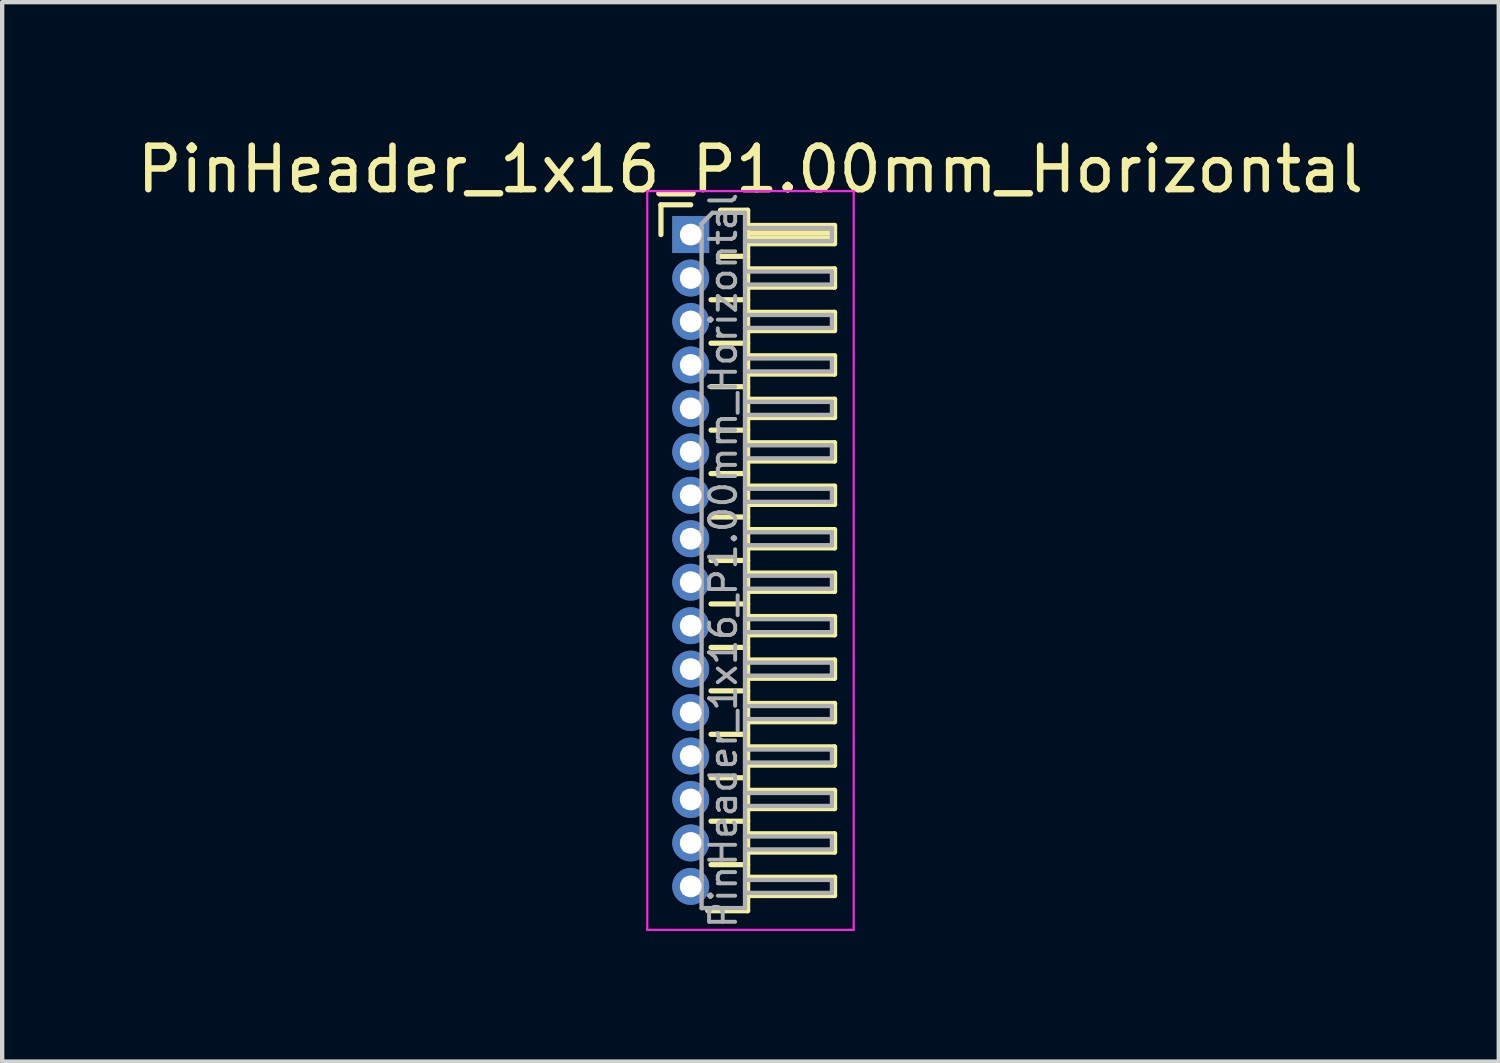
<source format=kicad_pcb>
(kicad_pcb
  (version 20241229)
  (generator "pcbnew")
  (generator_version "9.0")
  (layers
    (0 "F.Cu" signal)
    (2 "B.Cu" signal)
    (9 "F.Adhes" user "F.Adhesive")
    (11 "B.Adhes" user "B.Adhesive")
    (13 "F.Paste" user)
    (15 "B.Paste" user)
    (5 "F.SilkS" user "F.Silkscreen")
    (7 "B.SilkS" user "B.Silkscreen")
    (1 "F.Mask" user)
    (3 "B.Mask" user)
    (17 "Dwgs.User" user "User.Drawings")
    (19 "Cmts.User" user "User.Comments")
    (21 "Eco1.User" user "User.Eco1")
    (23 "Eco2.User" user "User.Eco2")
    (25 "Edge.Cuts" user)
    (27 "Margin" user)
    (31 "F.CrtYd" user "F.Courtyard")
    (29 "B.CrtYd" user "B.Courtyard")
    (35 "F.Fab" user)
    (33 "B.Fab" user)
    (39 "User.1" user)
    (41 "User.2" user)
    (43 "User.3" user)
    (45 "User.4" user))
  (footprint "PinHeader_1x16_P1.00mm_Horizontal"
    (layer "F.Cu")
    (at 12.845 2.348)
    (property "Reference" "PinHeader_1x16_P1.00mm_Horizontal" (at 1.375 -1.5 0) (layer "F.SilkS") (effects (font (size 1 1) (thickness 0.15))))
    (attr through_hole)
    (fp_line (start -0.685 -0.685) (end 0 -0.685) (stroke (width 0.12) (type solid)) (layer "F.SilkS"))
    (fp_line (start -0.685 0) (end -0.685 -0.685) (stroke (width 0.12) (type solid)) (layer "F.SilkS"))
    (fp_line (start 0.468 1.5) (end 1.31 1.5) (stroke (width 0.12) (type solid)) (layer "F.SilkS"))
    (fp_line (start 0.468 2.5) (end 1.31 2.5) (stroke (width 0.12) (type solid)) (layer "F.SilkS"))
    (fp_line (start 0.468 3.5) (end 1.31 3.5) (stroke (width 0.12) (type solid)) (layer "F.SilkS"))
    (fp_line (start 0.468 4.5) (end 1.31 4.5) (stroke (width 0.12) (type solid)) (layer "F.SilkS"))
    (fp_line (start 0.468 5.5) (end 1.31 5.5) (stroke (width 0.12) (type solid)) (layer "F.SilkS"))
    (fp_line (start 0.468 6.5) (end 1.31 6.5) (stroke (width 0.12) (type solid)) (layer "F.SilkS"))
    (fp_line (start 0.468 7.5) (end 1.31 7.5) (stroke (width 0.12) (type solid)) (layer "F.SilkS"))
    (fp_line (start 0.468 8.5) (end 1.31 8.5) (stroke (width 0.12) (type solid)) (layer "F.SilkS"))
    (fp_line (start 0.468 9.5) (end 1.31 9.5) (stroke (width 0.12) (type solid)) (layer "F.SilkS"))
    (fp_line (start 0.468 10.5) (end 1.31 10.5) (stroke (width 0.12) (type solid)) (layer "F.SilkS"))
    (fp_line (start 0.468 11.5) (end 1.31 11.5) (stroke (width 0.12) (type solid)) (layer "F.SilkS"))
    (fp_line (start 0.468 12.5) (end 1.31 12.5) (stroke (width 0.12) (type solid)) (layer "F.SilkS"))
    (fp_line (start 0.468 13.5) (end 1.31 13.5) (stroke (width 0.12) (type solid)) (layer "F.SilkS"))
    (fp_line (start 0.468 14.5) (end 1.31 14.5) (stroke (width 0.12) (type solid)) (layer "F.SilkS"))
    (fp_line (start 0.685 -0.56) (end 1.31 -0.56) (stroke (width 0.12) (type solid)) (layer "F.SilkS"))
    (fp_line (start 0.685 0.5) (end 1.31 0.5) (stroke (width 0.12) (type solid)) (layer "F.SilkS"))
    (fp_line (start 1.31 -0.56) (end 1.31 15.56) (stroke (width 0.12) (type solid)) (layer "F.SilkS"))
    (fp_line (start 1.31 -0.21) (end 3.31 -0.21) (stroke (width 0.12) (type solid)) (layer "F.SilkS"))
    (fp_line (start 1.31 -0.15) (end 3.31 -0.15) (stroke (width 0.12) (type solid)) (layer "F.SilkS"))
    (fp_line (start 1.31 -0.03) (end 3.31 -0.03) (stroke (width 0.12) (type solid)) (layer "F.SilkS"))
    (fp_line (start 1.31 0.09) (end 3.31 0.09) (stroke (width 0.12) (type solid)) (layer "F.SilkS"))
    (fp_line (start 1.31 0.79) (end 3.31 0.79) (stroke (width 0.12) (type solid)) (layer "F.SilkS"))
    (fp_line (start 1.31 1.79) (end 3.31 1.79) (stroke (width 0.12) (type solid)) (layer "F.SilkS"))
    (fp_line (start 1.31 2.79) (end 3.31 2.79) (stroke (width 0.12) (type solid)) (layer "F.SilkS"))
    (fp_line (start 1.31 3.79) (end 3.31 3.79) (stroke (width 0.12) (type solid)) (layer "F.SilkS"))
    (fp_line (start 1.31 4.79) (end 3.31 4.79) (stroke (width 0.12) (type solid)) (layer "F.SilkS"))
    (fp_line (start 1.31 5.79) (end 3.31 5.79) (stroke (width 0.12) (type solid)) (layer "F.SilkS"))
    (fp_line (start 1.31 6.79) (end 3.31 6.79) (stroke (width 0.12) (type solid)) (layer "F.SilkS"))
    (fp_line (start 1.31 7.79) (end 3.31 7.79) (stroke (width 0.12) (type solid)) (layer "F.SilkS"))
    (fp_line (start 1.31 8.79) (end 3.31 8.79) (stroke (width 0.12) (type solid)) (layer "F.SilkS"))
    (fp_line (start 1.31 9.79) (end 3.31 9.79) (stroke (width 0.12) (type solid)) (layer "F.SilkS"))
    (fp_line (start 1.31 10.79) (end 3.31 10.79) (stroke (width 0.12) (type solid)) (layer "F.SilkS"))
    (fp_line (start 1.31 11.79) (end 3.31 11.79) (stroke (width 0.12) (type solid)) (layer "F.SilkS"))
    (fp_line (start 1.31 12.79) (end 3.31 12.79) (stroke (width 0.12) (type solid)) (layer "F.SilkS"))
    (fp_line (start 1.31 13.79) (end 3.31 13.79) (stroke (width 0.12) (type solid)) (layer "F.SilkS"))
    (fp_line (start 1.31 14.79) (end 3.31 14.79) (stroke (width 0.12) (type solid)) (layer "F.SilkS"))
    (fp_line (start 1.31 15.56) (end 0.394 15.56) (stroke (width 0.12) (type solid)) (layer "F.SilkS"))
    (fp_line (start 3.31 -0.21) (end 3.31 0.21) (stroke (width 0.12) (type solid)) (layer "F.SilkS"))
    (fp_line (start 3.31 0.21) (end 1.31 0.21) (stroke (width 0.12) (type solid)) (layer "F.SilkS"))
    (fp_line (start 3.31 0.79) (end 3.31 1.21) (stroke (width 0.12) (type solid)) (layer "F.SilkS"))
    (fp_line (start 3.31 1.21) (end 1.31 1.21) (stroke (width 0.12) (type solid)) (layer "F.SilkS"))
    (fp_line (start 3.31 1.79) (end 3.31 2.21) (stroke (width 0.12) (type solid)) (layer "F.SilkS"))
    (fp_line (start 3.31 2.21) (end 1.31 2.21) (stroke (width 0.12) (type solid)) (layer "F.SilkS"))
    (fp_line (start 3.31 2.79) (end 3.31 3.21) (stroke (width 0.12) (type solid)) (layer "F.SilkS"))
    (fp_line (start 3.31 3.21) (end 1.31 3.21) (stroke (width 0.12) (type solid)) (layer "F.SilkS"))
    (fp_line (start 3.31 3.79) (end 3.31 4.21) (stroke (width 0.12) (type solid)) (layer "F.SilkS"))
    (fp_line (start 3.31 4.21) (end 1.31 4.21) (stroke (width 0.12) (type solid)) (layer "F.SilkS"))
    (fp_line (start 3.31 4.79) (end 3.31 5.21) (stroke (width 0.12) (type solid)) (layer "F.SilkS"))
    (fp_line (start 3.31 5.21) (end 1.31 5.21) (stroke (width 0.12) (type solid)) (layer "F.SilkS"))
    (fp_line (start 3.31 5.79) (end 3.31 6.21) (stroke (width 0.12) (type solid)) (layer "F.SilkS"))
    (fp_line (start 3.31 6.21) (end 1.31 6.21) (stroke (width 0.12) (type solid)) (layer "F.SilkS"))
    (fp_line (start 3.31 6.79) (end 3.31 7.21) (stroke (width 0.12) (type solid)) (layer "F.SilkS"))
    (fp_line (start 3.31 7.21) (end 1.31 7.21) (stroke (width 0.12) (type solid)) (layer "F.SilkS"))
    (fp_line (start 3.31 7.79) (end 3.31 8.21) (stroke (width 0.12) (type solid)) (layer "F.SilkS"))
    (fp_line (start 3.31 8.21) (end 1.31 8.21) (stroke (width 0.12) (type solid)) (layer "F.SilkS"))
    (fp_line (start 3.31 8.79) (end 3.31 9.21) (stroke (width 0.12) (type solid)) (layer "F.SilkS"))
    (fp_line (start 3.31 9.21) (end 1.31 9.21) (stroke (width 0.12) (type solid)) (layer "F.SilkS"))
    (fp_line (start 3.31 9.79) (end 3.31 10.21) (stroke (width 0.12) (type solid)) (layer "F.SilkS"))
    (fp_line (start 3.31 10.21) (end 1.31 10.21) (stroke (width 0.12) (type solid)) (layer "F.SilkS"))
    (fp_line (start 3.31 10.79) (end 3.31 11.21) (stroke (width 0.12) (type solid)) (layer "F.SilkS"))
    (fp_line (start 3.31 11.21) (end 1.31 11.21) (stroke (width 0.12) (type solid)) (layer "F.SilkS"))
    (fp_line (start 3.31 11.79) (end 3.31 12.21) (stroke (width 0.12) (type solid)) (layer "F.SilkS"))
    (fp_line (start 3.31 12.21) (end 1.31 12.21) (stroke (width 0.12) (type solid)) (layer "F.SilkS"))
    (fp_line (start 3.31 12.79) (end 3.31 13.21) (stroke (width 0.12) (type solid)) (layer "F.SilkS"))
    (fp_line (start 3.31 13.21) (end 1.31 13.21) (stroke (width 0.12) (type solid)) (layer "F.SilkS"))
    (fp_line (start 3.31 13.79) (end 3.31 14.21) (stroke (width 0.12) (type solid)) (layer "F.SilkS"))
    (fp_line (start 3.31 14.21) (end 1.31 14.21) (stroke (width 0.12) (type solid)) (layer "F.SilkS"))
    (fp_line (start 3.31 14.79) (end 3.31 15.21) (stroke (width 0.12) (type solid)) (layer "F.SilkS"))
    (fp_line (start 3.31 15.21) (end 1.31 15.21) (stroke (width 0.12) (type solid)) (layer "F.SilkS"))
    (fp_line (start -1 -1) (end -1 16) (stroke (width 0.05) (type solid)) (layer "F.CrtYd"))
    (fp_line (start -1 16) (end 3.75 16) (stroke (width 0.05) (type solid)) (layer "F.CrtYd"))
    (fp_line (start 3.75 -1) (end -1 -1) (stroke (width 0.05) (type solid)) (layer "F.CrtYd"))
    (fp_line (start 3.75 16) (end 3.75 -1) (stroke (width 0.05) (type solid)) (layer "F.CrtYd"))
    (fp_line (start -0.15 -0.15) (end -0.15 0.15) (stroke (width 0.1) (type solid)) (layer "F.Fab"))
    (fp_line (start -0.15 -0.15) (end 0.25 -0.15) (stroke (width 0.1) (type solid)) (layer "F.Fab"))
    (fp_line (start -0.15 0.15) (end 0.25 0.15) (stroke (width 0.1) (type solid)) (layer "F.Fab"))
    (fp_line (start -0.15 0.85) (end -0.15 1.15) (stroke (width 0.1) (type solid)) (layer "F.Fab"))
    (fp_line (start -0.15 0.85) (end 0.25 0.85) (stroke (width 0.1) (type solid)) (layer "F.Fab"))
    (fp_line (start -0.15 1.15) (end 0.25 1.15) (stroke (width 0.1) (type solid)) (layer "F.Fab"))
    (fp_line (start -0.15 1.85) (end -0.15 2.15) (stroke (width 0.1) (type solid)) (layer "F.Fab"))
    (fp_line (start -0.15 1.85) (end 0.25 1.85) (stroke (width 0.1) (type solid)) (layer "F.Fab"))
    (fp_line (start -0.15 2.15) (end 0.25 2.15) (stroke (width 0.1) (type solid)) (layer "F.Fab"))
    (fp_line (start -0.15 2.85) (end -0.15 3.15) (stroke (width 0.1) (type solid)) (layer "F.Fab"))
    (fp_line (start -0.15 2.85) (end 0.25 2.85) (stroke (width 0.1) (type solid)) (layer "F.Fab"))
    (fp_line (start -0.15 3.15) (end 0.25 3.15) (stroke (width 0.1) (type solid)) (layer "F.Fab"))
    (fp_line (start -0.15 3.85) (end -0.15 4.15) (stroke (width 0.1) (type solid)) (layer "F.Fab"))
    (fp_line (start -0.15 3.85) (end 0.25 3.85) (stroke (width 0.1) (type solid)) (layer "F.Fab"))
    (fp_line (start -0.15 4.15) (end 0.25 4.15) (stroke (width 0.1) (type solid)) (layer "F.Fab"))
    (fp_line (start -0.15 4.85) (end -0.15 5.15) (stroke (width 0.1) (type solid)) (layer "F.Fab"))
    (fp_line (start -0.15 4.85) (end 0.25 4.85) (stroke (width 0.1) (type solid)) (layer "F.Fab"))
    (fp_line (start -0.15 5.15) (end 0.25 5.15) (stroke (width 0.1) (type solid)) (layer "F.Fab"))
    (fp_line (start -0.15 5.85) (end -0.15 6.15) (stroke (width 0.1) (type solid)) (layer "F.Fab"))
    (fp_line (start -0.15 5.85) (end 0.25 5.85) (stroke (width 0.1) (type solid)) (layer "F.Fab"))
    (fp_line (start -0.15 6.15) (end 0.25 6.15) (stroke (width 0.1) (type solid)) (layer "F.Fab"))
    (fp_line (start -0.15 6.85) (end -0.15 7.15) (stroke (width 0.1) (type solid)) (layer "F.Fab"))
    (fp_line (start -0.15 6.85) (end 0.25 6.85) (stroke (width 0.1) (type solid)) (layer "F.Fab"))
    (fp_line (start -0.15 7.15) (end 0.25 7.15) (stroke (width 0.1) (type solid)) (layer "F.Fab"))
    (fp_line (start -0.15 7.85) (end -0.15 8.15) (stroke (width 0.1) (type solid)) (layer "F.Fab"))
    (fp_line (start -0.15 7.85) (end 0.25 7.85) (stroke (width 0.1) (type solid)) (layer "F.Fab"))
    (fp_line (start -0.15 8.15) (end 0.25 8.15) (stroke (width 0.1) (type solid)) (layer "F.Fab"))
    (fp_line (start -0.15 8.85) (end -0.15 9.15) (stroke (width 0.1) (type solid)) (layer "F.Fab"))
    (fp_line (start -0.15 8.85) (end 0.25 8.85) (stroke (width 0.1) (type solid)) (layer "F.Fab"))
    (fp_line (start -0.15 9.15) (end 0.25 9.15) (stroke (width 0.1) (type solid)) (layer "F.Fab"))
    (fp_line (start -0.15 9.85) (end -0.15 10.15) (stroke (width 0.1) (type solid)) (layer "F.Fab"))
    (fp_line (start -0.15 9.85) (end 0.25 9.85) (stroke (width 0.1) (type solid)) (layer "F.Fab"))
    (fp_line (start -0.15 10.15) (end 0.25 10.15) (stroke (width 0.1) (type solid)) (layer "F.Fab"))
    (fp_line (start -0.15 10.85) (end -0.15 11.15) (stroke (width 0.1) (type solid)) (layer "F.Fab"))
    (fp_line (start -0.15 10.85) (end 0.25 10.85) (stroke (width 0.1) (type solid)) (layer "F.Fab"))
    (fp_line (start -0.15 11.15) (end 0.25 11.15) (stroke (width 0.1) (type solid)) (layer "F.Fab"))
    (fp_line (start -0.15 11.85) (end -0.15 12.15) (stroke (width 0.1) (type solid)) (layer "F.Fab"))
    (fp_line (start -0.15 11.85) (end 0.25 11.85) (stroke (width 0.1) (type solid)) (layer "F.Fab"))
    (fp_line (start -0.15 12.15) (end 0.25 12.15) (stroke (width 0.1) (type solid)) (layer "F.Fab"))
    (fp_line (start -0.15 12.85) (end -0.15 13.15) (stroke (width 0.1) (type solid)) (layer "F.Fab"))
    (fp_line (start -0.15 12.85) (end 0.25 12.85) (stroke (width 0.1) (type solid)) (layer "F.Fab"))
    (fp_line (start -0.15 13.15) (end 0.25 13.15) (stroke (width 0.1) (type solid)) (layer "F.Fab"))
    (fp_line (start -0.15 13.85) (end -0.15 14.15) (stroke (width 0.1) (type solid)) (layer "F.Fab"))
    (fp_line (start -0.15 13.85) (end 0.25 13.85) (stroke (width 0.1) (type solid)) (layer "F.Fab"))
    (fp_line (start -0.15 14.15) (end 0.25 14.15) (stroke (width 0.1) (type solid)) (layer "F.Fab"))
    (fp_line (start -0.15 14.85) (end -0.15 15.15) (stroke (width 0.1) (type solid)) (layer "F.Fab"))
    (fp_line (start -0.15 14.85) (end 0.25 14.85) (stroke (width 0.1) (type solid)) (layer "F.Fab"))
    (fp_line (start -0.15 15.15) (end 0.25 15.15) (stroke (width 0.1) (type solid)) (layer "F.Fab"))
    (fp_line (start 0.25 -0.25) (end 0.5 -0.5) (stroke (width 0.1) (type solid)) (layer "F.Fab"))
    (fp_line (start 0.25 15.5) (end 0.25 -0.25) (stroke (width 0.1) (type solid)) (layer "F.Fab"))
    (fp_line (start 0.5 -0.5) (end 1.25 -0.5) (stroke (width 0.1) (type solid)) (layer "F.Fab"))
    (fp_line (start 1.25 -0.5) (end 1.25 15.5) (stroke (width 0.1) (type solid)) (layer "F.Fab"))
    (fp_line (start 1.25 -0.15) (end 3.25 -0.15) (stroke (width 0.1) (type solid)) (layer "F.Fab"))
    (fp_line (start 1.25 0.15) (end 3.25 0.15) (stroke (width 0.1) (type solid)) (layer "F.Fab"))
    (fp_line (start 1.25 0.85) (end 3.25 0.85) (stroke (width 0.1) (type solid)) (layer "F.Fab"))
    (fp_line (start 1.25 1.15) (end 3.25 1.15) (stroke (width 0.1) (type solid)) (layer "F.Fab"))
    (fp_line (start 1.25 1.85) (end 3.25 1.85) (stroke (width 0.1) (type solid)) (layer "F.Fab"))
    (fp_line (start 1.25 2.15) (end 3.25 2.15) (stroke (width 0.1) (type solid)) (layer "F.Fab"))
    (fp_line (start 1.25 2.85) (end 3.25 2.85) (stroke (width 0.1) (type solid)) (layer "F.Fab"))
    (fp_line (start 1.25 3.15) (end 3.25 3.15) (stroke (width 0.1) (type solid)) (layer "F.Fab"))
    (fp_line (start 1.25 3.85) (end 3.25 3.85) (stroke (width 0.1) (type solid)) (layer "F.Fab"))
    (fp_line (start 1.25 4.15) (end 3.25 4.15) (stroke (width 0.1) (type solid)) (layer "F.Fab"))
    (fp_line (start 1.25 4.85) (end 3.25 4.85) (stroke (width 0.1) (type solid)) (layer "F.Fab"))
    (fp_line (start 1.25 5.15) (end 3.25 5.15) (stroke (width 0.1) (type solid)) (layer "F.Fab"))
    (fp_line (start 1.25 5.85) (end 3.25 5.85) (stroke (width 0.1) (type solid)) (layer "F.Fab"))
    (fp_line (start 1.25 6.15) (end 3.25 6.15) (stroke (width 0.1) (type solid)) (layer "F.Fab"))
    (fp_line (start 1.25 6.85) (end 3.25 6.85) (stroke (width 0.1) (type solid)) (layer "F.Fab"))
    (fp_line (start 1.25 7.15) (end 3.25 7.15) (stroke (width 0.1) (type solid)) (layer "F.Fab"))
    (fp_line (start 1.25 7.85) (end 3.25 7.85) (stroke (width 0.1) (type solid)) (layer "F.Fab"))
    (fp_line (start 1.25 8.15) (end 3.25 8.15) (stroke (width 0.1) (type solid)) (layer "F.Fab"))
    (fp_line (start 1.25 8.85) (end 3.25 8.85) (stroke (width 0.1) (type solid)) (layer "F.Fab"))
    (fp_line (start 1.25 9.15) (end 3.25 9.15) (stroke (width 0.1) (type solid)) (layer "F.Fab"))
    (fp_line (start 1.25 9.85) (end 3.25 9.85) (stroke (width 0.1) (type solid)) (layer "F.Fab"))
    (fp_line (start 1.25 10.15) (end 3.25 10.15) (stroke (width 0.1) (type solid)) (layer "F.Fab"))
    (fp_line (start 1.25 10.85) (end 3.25 10.85) (stroke (width 0.1) (type solid)) (layer "F.Fab"))
    (fp_line (start 1.25 11.15) (end 3.25 11.15) (stroke (width 0.1) (type solid)) (layer "F.Fab"))
    (fp_line (start 1.25 11.85) (end 3.25 11.85) (stroke (width 0.1) (type solid)) (layer "F.Fab"))
    (fp_line (start 1.25 12.15) (end 3.25 12.15) (stroke (width 0.1) (type solid)) (layer "F.Fab"))
    (fp_line (start 1.25 12.85) (end 3.25 12.85) (stroke (width 0.1) (type solid)) (layer "F.Fab"))
    (fp_line (start 1.25 13.15) (end 3.25 13.15) (stroke (width 0.1) (type solid)) (layer "F.Fab"))
    (fp_line (start 1.25 13.85) (end 3.25 13.85) (stroke (width 0.1) (type solid)) (layer "F.Fab"))
    (fp_line (start 1.25 14.15) (end 3.25 14.15) (stroke (width 0.1) (type solid)) (layer "F.Fab"))
    (fp_line (start 1.25 14.85) (end 3.25 14.85) (stroke (width 0.1) (type solid)) (layer "F.Fab"))
    (fp_line (start 1.25 15.15) (end 3.25 15.15) (stroke (width 0.1) (type solid)) (layer "F.Fab"))
    (fp_line (start 1.25 15.5) (end 0.25 15.5) (stroke (width 0.1) (type solid)) (layer "F.Fab"))
    (fp_line (start 3.25 -0.15) (end 3.25 0.15) (stroke (width 0.1) (type solid)) (layer "F.Fab"))
    (fp_line (start 3.25 0.85) (end 3.25 1.15) (stroke (width 0.1) (type solid)) (layer "F.Fab"))
    (fp_line (start 3.25 1.85) (end 3.25 2.15) (stroke (width 0.1) (type solid)) (layer "F.Fab"))
    (fp_line (start 3.25 2.85) (end 3.25 3.15) (stroke (width 0.1) (type solid)) (layer "F.Fab"))
    (fp_line (start 3.25 3.85) (end 3.25 4.15) (stroke (width 0.1) (type solid)) (layer "F.Fab"))
    (fp_line (start 3.25 4.85) (end 3.25 5.15) (stroke (width 0.1) (type solid)) (layer "F.Fab"))
    (fp_line (start 3.25 5.85) (end 3.25 6.15) (stroke (width 0.1) (type solid)) (layer "F.Fab"))
    (fp_line (start 3.25 6.85) (end 3.25 7.15) (stroke (width 0.1) (type solid)) (layer "F.Fab"))
    (fp_line (start 3.25 7.85) (end 3.25 8.15) (stroke (width 0.1) (type solid)) (layer "F.Fab"))
    (fp_line (start 3.25 8.85) (end 3.25 9.15) (stroke (width 0.1) (type solid)) (layer "F.Fab"))
    (fp_line (start 3.25 9.85) (end 3.25 10.15) (stroke (width 0.1) (type solid)) (layer "F.Fab"))
    (fp_line (start 3.25 10.85) (end 3.25 11.15) (stroke (width 0.1) (type solid)) (layer "F.Fab"))
    (fp_line (start 3.25 11.85) (end 3.25 12.15) (stroke (width 0.1) (type solid)) (layer "F.Fab"))
    (fp_line (start 3.25 12.85) (end 3.25 13.15) (stroke (width 0.1) (type solid)) (layer "F.Fab"))
    (fp_line (start 3.25 13.85) (end 3.25 14.15) (stroke (width 0.1) (type solid)) (layer "F.Fab"))
    (fp_line (start 3.25 14.85) (end 3.25 15.15) (stroke (width 0.1) (type solid)) (layer "F.Fab"))
    (fp_text user "${REFERENCE}" (at 0.75 7.5 90) (layer "F.Fab") (effects (font (size 0.6 0.6) (thickness 0.09))))
    (pad "1" thru_hole rect (at 0 0) (size 0.85 0.85) (drill 0.5) (layers "*.Cu" "*.Mask"))
    (pad "2" thru_hole oval (at 0 1) (size 0.85 0.85) (drill 0.5) (layers "*.Cu" "*.Mask"))
    (pad "3" thru_hole oval (at 0 2) (size 0.85 0.85) (drill 0.5) (layers "*.Cu" "*.Mask"))
    (pad "4" thru_hole oval (at 0 3) (size 0.85 0.85) (drill 0.5) (layers "*.Cu" "*.Mask"))
    (pad "5" thru_hole oval (at 0 4) (size 0.85 0.85) (drill 0.5) (layers "*.Cu" "*.Mask"))
    (pad "6" thru_hole oval (at 0 5) (size 0.85 0.85) (drill 0.5) (layers "*.Cu" "*.Mask"))
    (pad "7" thru_hole oval (at 0 6) (size 0.85 0.85) (drill 0.5) (layers "*.Cu" "*.Mask"))
    (pad "8" thru_hole oval (at 0 7) (size 0.85 0.85) (drill 0.5) (layers "*.Cu" "*.Mask"))
    (pad "9" thru_hole oval (at 0 8) (size 0.85 0.85) (drill 0.5) (layers "*.Cu" "*.Mask"))
    (pad "10" thru_hole oval (at 0 9) (size 0.85 0.85) (drill 0.5) (layers "*.Cu" "*.Mask"))
    (pad "11" thru_hole oval (at 0 10) (size 0.85 0.85) (drill 0.5) (layers "*.Cu" "*.Mask"))
    (pad "12" thru_hole oval (at 0 11) (size 0.85 0.85) (drill 0.5) (layers "*.Cu" "*.Mask"))
    (pad "13" thru_hole oval (at 0 12) (size 0.85 0.85) (drill 0.5) (layers "*.Cu" "*.Mask"))
    (pad "14" thru_hole oval (at 0 13) (size 0.85 0.85) (drill 0.5) (layers "*.Cu" "*.Mask"))
    (pad "15" thru_hole oval (at 0 14) (size 0.85 0.85) (drill 0.5) (layers "*.Cu" "*.Mask"))
    (pad "16" thru_hole oval (at 0 15) (size 0.85 0.85) (drill 0.5) (layers "*.Cu" "*.Mask")))
  (gr_rect
    (start -3 -3)
    (end 31.44 21.38)
    (stroke (width 0.1) (type default))
    (fill no)
    (layer "Edge.Cuts")))
</source>
